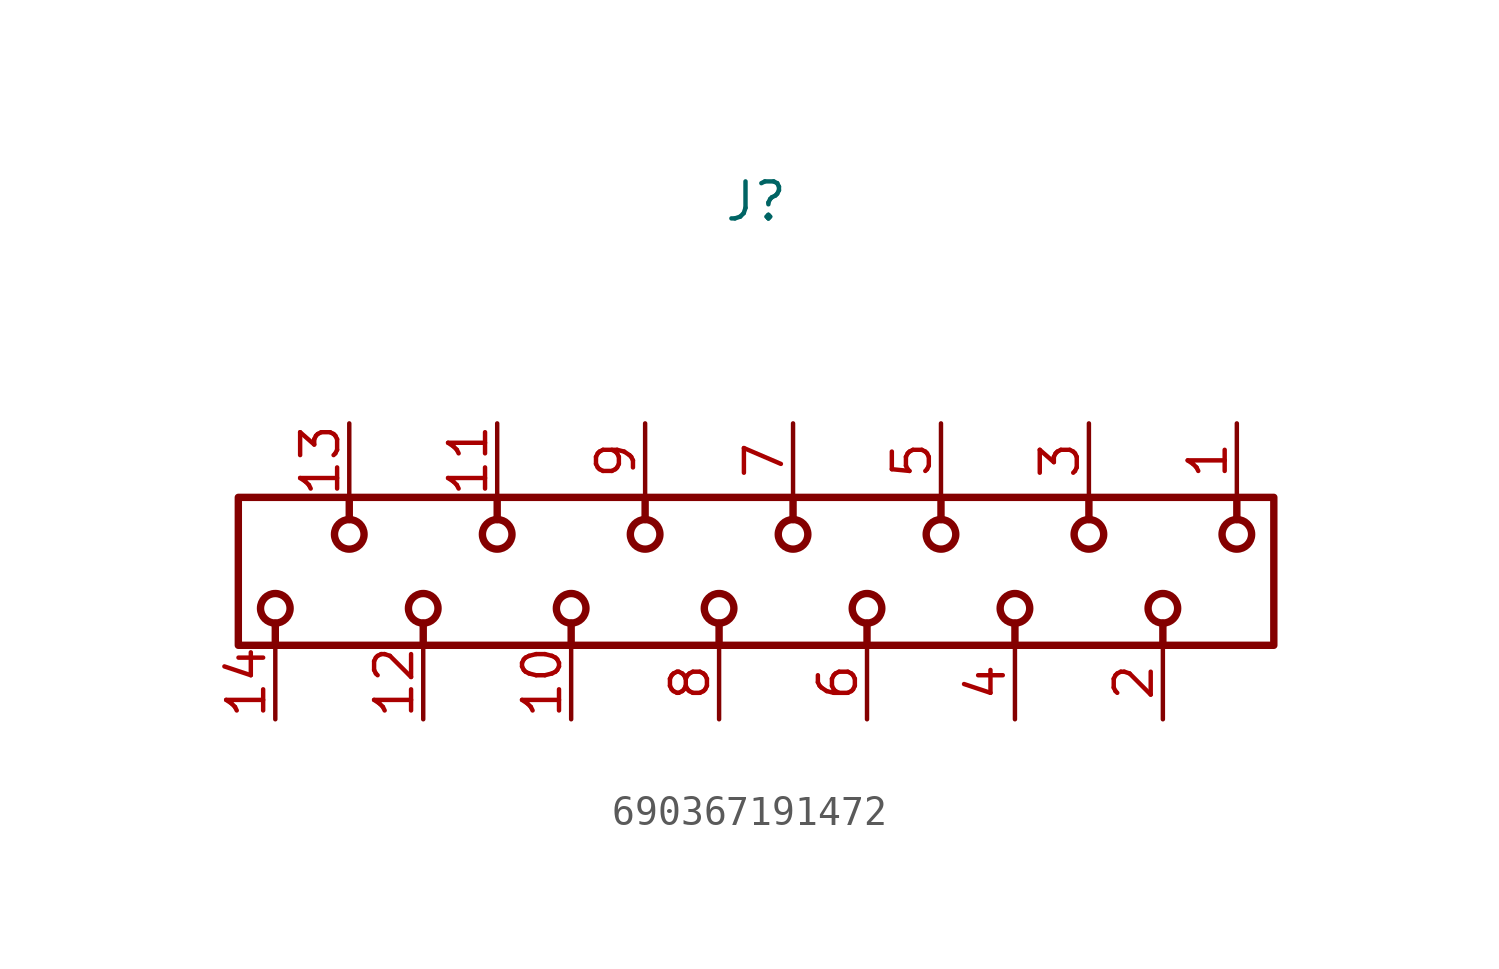
<source format=kicad_sym>
(kicad_symbol_lib
  (version 20241209)
  (generator "kicad_symbol_editor")
  (generator_version "9.0")
  (symbol "690367191472"
    (pin_names
      (hide yes))
    (property "Reference" "J"
      (at 0 12.7 0)
      (effects (font (size 1.27 1.27))))
    (symbol "690367191472_1_1"
      (rectangle (start -17.78 2.54) (end 17.78 -2.54) (stroke (width 0.254) (type solid)) (fill (type none)))
      (circle (center -16.51 -1.27) (radius 0.508) (stroke (width 0.254) (type solid)) (fill (type none)))
      (polyline (pts (xy -16.51 -1.778) (xy -16.51 -2.54)) (stroke (width 0.254) (type solid)) (fill (type none)))
      (polyline (pts (xy -13.97 1.778) (xy -13.97 2.54)) (stroke (width 0.254) (type solid)) (fill (type none)))
      (circle (center -13.97 1.27) (radius 0.508) (stroke (width 0.254) (type solid)) (fill (type none)))
      (circle (center -11.43 -1.27) (radius 0.508) (stroke (width 0.254) (type solid)) (fill (type none)))
      (polyline (pts (xy -11.43 -1.778) (xy -11.43 -2.54)) (stroke (width 0.254) (type solid)) (fill (type none)))
      (polyline (pts (xy -8.89 1.778) (xy -8.89 2.54)) (stroke (width 0.254) (type solid)) (fill (type none)))
      (circle (center -8.89 1.27) (radius 0.508) (stroke (width 0.254) (type solid)) (fill (type none)))
      (circle (center -6.35 -1.27) (radius 0.508) (stroke (width 0.254) (type solid)) (fill (type none)))
      (polyline (pts (xy -6.35 -1.778) (xy -6.35 -2.54)) (stroke (width 0.254) (type solid)) (fill (type none)))
      (polyline (pts (xy -3.81 1.778) (xy -3.81 2.54)) (stroke (width 0.254) (type solid)) (fill (type none)))
      (circle (center -3.81 1.27) (radius 0.508) (stroke (width 0.254) (type solid)) (fill (type none)))
      (circle (center -1.27 -1.27) (radius 0.508) (stroke (width 0.254) (type solid)) (fill (type none)))
      (polyline (pts (xy -1.27 -1.778) (xy -1.27 -2.54)) (stroke (width 0.254) (type solid)) (fill (type none)))
      (polyline (pts (xy 1.27 1.778) (xy 1.27 2.54)) (stroke (width 0.254) (type solid)) (fill (type none)))
      (circle (center 1.27 1.27) (radius 0.508) (stroke (width 0.254) (type solid)) (fill (type none)))
      (circle (center 3.81 -1.27) (radius 0.508) (stroke (width 0.254) (type solid)) (fill (type none)))
      (polyline (pts (xy 3.81 -1.778) (xy 3.81 -2.54)) (stroke (width 0.254) (type solid)) (fill (type none)))
      (polyline (pts (xy 6.35 1.778) (xy 6.35 2.54)) (stroke (width 0.254) (type solid)) (fill (type none)))
      (circle (center 6.35 1.27) (radius 0.508) (stroke (width 0.254) (type solid)) (fill (type none)))
      (circle (center 8.89 -1.27) (radius 0.508) (stroke (width 0.254) (type solid)) (fill (type none)))
      (polyline (pts (xy 8.89 -1.778) (xy 8.89 -2.54)) (stroke (width 0.254) (type solid)) (fill (type none)))
      (polyline (pts (xy 11.43 1.778) (xy 11.43 2.54)) (stroke (width 0.254) (type solid)) (fill (type none)))
      (circle (center 11.43 1.27) (radius 0.508) (stroke (width 0.254) (type solid)) (fill (type none)))
      (circle (center 13.97 -1.27) (radius 0.508) (stroke (width 0.254) (type solid)) (fill (type none)))
      (polyline (pts (xy 13.97 -1.778) (xy 13.97 -2.54)) (stroke (width 0.254) (type solid)) (fill (type none)))
      (polyline (pts (xy 16.51 1.778) (xy 16.51 2.54)) (stroke (width 0.254) (type solid)) (fill (type none)))
      (circle (center 16.51 1.27) (radius 0.508) (stroke (width 0.254) (type solid)) (fill (type none)))
      (pin passive line (at -16.51 -5.08 90) (length 2.54) (name "14" (effects (font (size 1.27 1.27)))) (number "14" (effects (font (size 1.27 1.27)))))
      (pin passive line (at -13.97 5.08 270) (length 2.54) (name "13" (effects (font (size 1.27 1.27)))) (number "13" (effects (font (size 1.27 1.27)))))
      (pin passive line (at -11.43 -5.08 90) (length 2.54) (name "12" (effects (font (size 1.27 1.27)))) (number "12" (effects (font (size 1.27 1.27)))))
      (pin passive line (at -8.89 5.08 270) (length 2.54) (name "11" (effects (font (size 1.27 1.27)))) (number "11" (effects (font (size 1.27 1.27)))))
      (pin passive line (at -6.35 -5.08 90) (length 2.54) (name "10" (effects (font (size 1.27 1.27)))) (number "10" (effects (font (size 1.27 1.27)))))
      (pin passive line (at -3.81 5.08 270) (length 2.54) (name "9" (effects (font (size 1.27 1.27)))) (number "9" (effects (font (size 1.27 1.27)))))
      (pin passive line (at -1.27 -5.08 90) (length 2.54) (name "8" (effects (font (size 1.27 1.27)))) (number "8" (effects (font (size 1.27 1.27)))))
      (pin passive line (at 1.27 5.08 270) (length 2.54) (name "7" (effects (font (size 1.27 1.27)))) (number "7" (effects (font (size 1.27 1.27)))))
      (pin passive line (at 3.81 -5.08 90) (length 2.54) (name "6" (effects (font (size 1.27 1.27)))) (number "6" (effects (font (size 1.27 1.27)))))
      (pin passive line (at 6.35 5.08 270) (length 2.54) (name "5" (effects (font (size 1.27 1.27)))) (number "5" (effects (font (size 1.27 1.27)))))
      (pin passive line (at 8.89 -5.08 90) (length 2.54) (name "4" (effects (font (size 1.27 1.27)))) (number "4" (effects (font (size 1.27 1.27)))))
      (pin passive line (at 11.43 5.08 270) (length 2.54) (name "3" (effects (font (size 1.27 1.27)))) (number "3" (effects (font (size 1.27 1.27)))))
      (pin passive line (at 13.97 -5.08 90) (length 2.54) (name "2" (effects (font (size 1.27 1.27)))) (number "2" (effects (font (size 1.27 1.27)))))
      (pin passive line (at 16.51 5.08 270) (length 2.54) (name "1" (effects (font (size 1.27 1.27)))) (number "1" (effects (font (size 1.27 1.27))))))))
</source>
